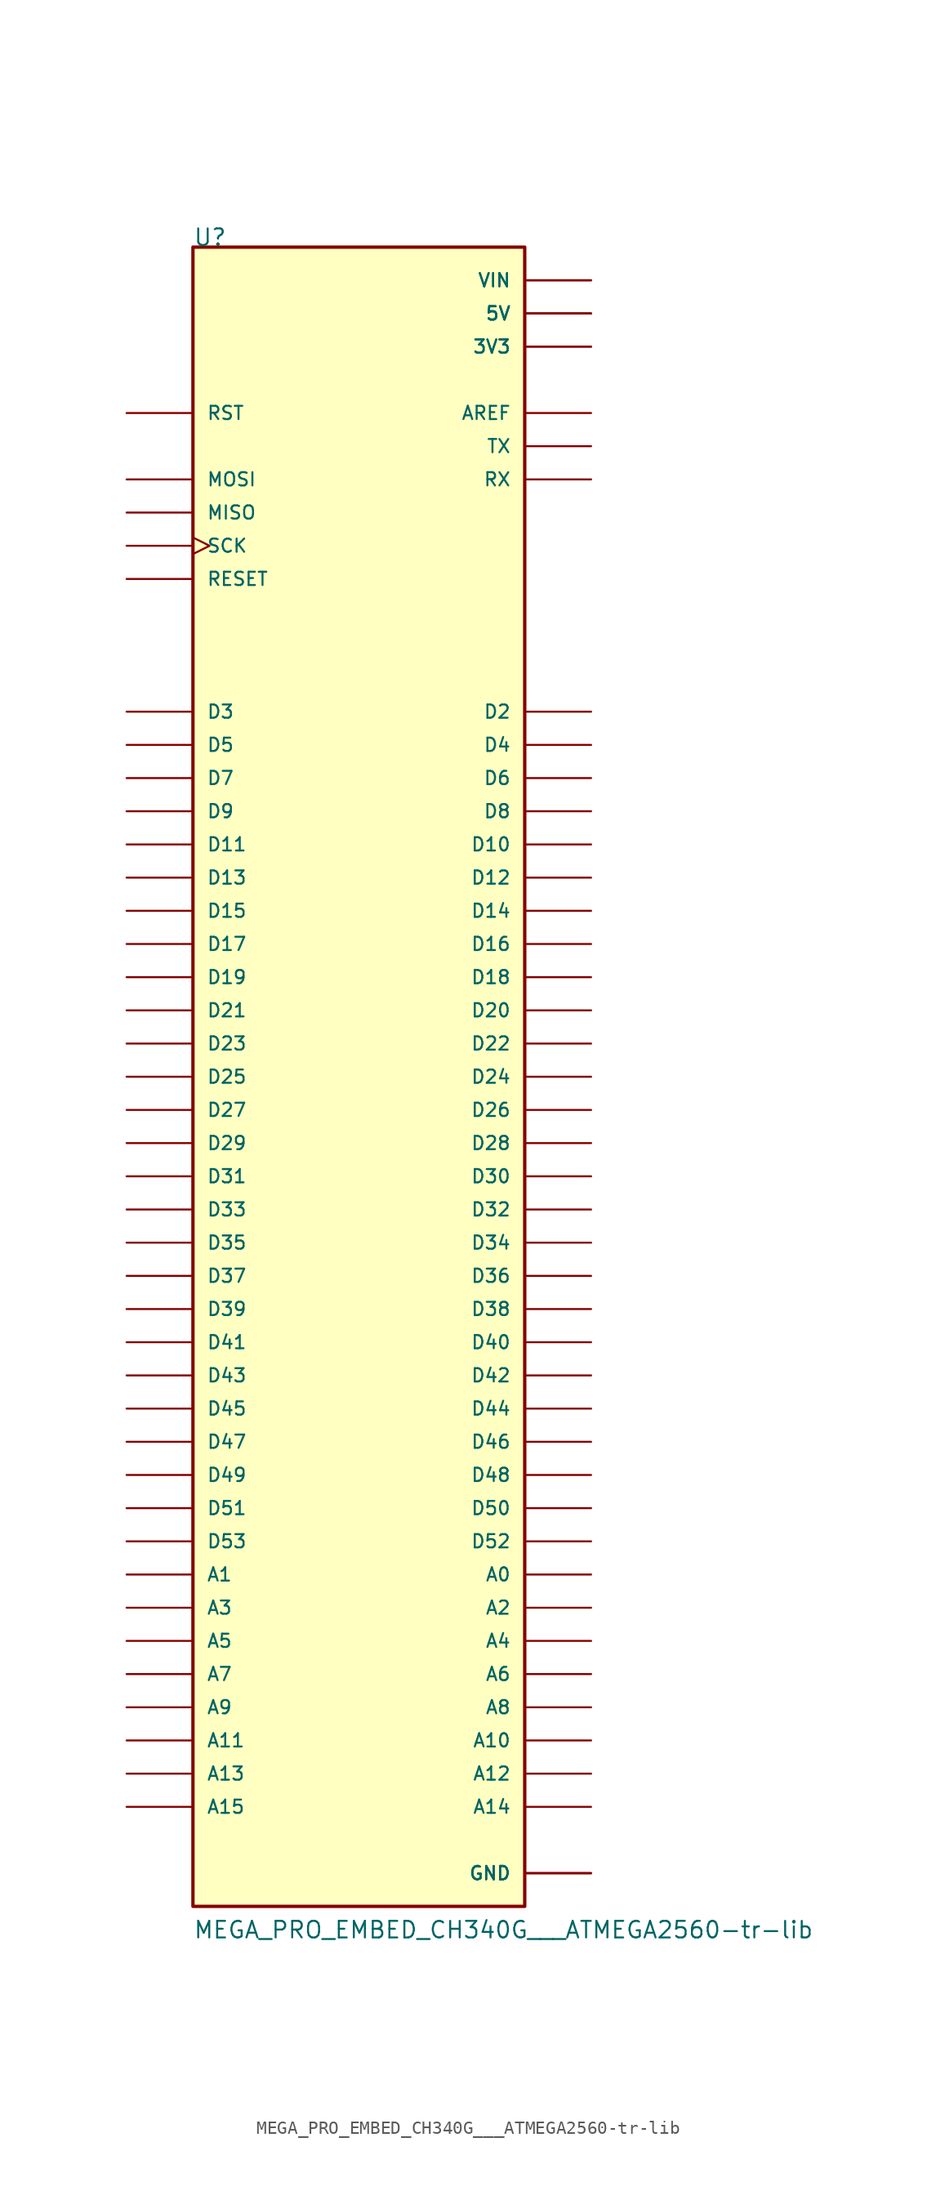
<source format=kicad_sym>
(kicad_symbol_lib
  (version 20211014)
  (generator kicad_symbol_editor)
  (symbol "MEGA_PRO_EMBED_CH340G___ATMEGA2560-tr-lib"
    (pin_numbers hide)
    (pin_names
      (offset 1.016))
    (property "Reference" "U"
      (at -12.7 63.5 0)
      (effects (font (size 1.27 1.27)) (justify left bottom)))
    (property "Value" "MEGA_PRO_EMBED_CH340G___ATMEGA2560-tr-lib"
      (at -12.7 -66.04 0)
      (effects (font (size 1.27 1.27)) (justify left bottom)))
    (property "ki_locked" ""
      (at 0 0 0)
      (effects (font (size 1.27 1.27))))
    (symbol "MEGA_PRO_EMBED_CH340G___ATMEGA2560-tr-lib_0_0"
      (rectangle (start -12.7 -63.5) (end 12.7 63.5) (stroke (width 0.254) (type default) (color 0 0 0 0)) (fill (type background)))
      (pin power_in line (at 17.78 55.88 180) (length 5.08) (name "3V3" (effects (font (size 1.016 1.016)))) (number "3V3_1" (effects (font (size 1.016 1.016)))))
      (pin power_in line (at 17.78 55.88 180) (length 5.08) (name "3V3" (effects (font (size 1.016 1.016)))) (number "3V3_2" (effects (font (size 1.016 1.016)))))
      (pin power_in line (at 17.78 58.42 180) (length 5.08) (name "5V" (effects (font (size 1.016 1.016)))) (number "5V_1" (effects (font (size 1.016 1.016)))))
      (pin power_in line (at 17.78 58.42 180) (length 5.08) (name "5V" (effects (font (size 1.016 1.016)))) (number "5V_2" (effects (font (size 1.016 1.016)))))
      (pin power_in line (at 17.78 58.42 180) (length 5.08) (name "5V" (effects (font (size 1.016 1.016)))) (number "5V_3" (effects (font (size 1.016 1.016)))))
      (pin bidirectional line (at 17.78 -38.1 180) (length 5.08) (name "A0" (effects (font (size 1.016 1.016)))) (number "A0" (effects (font (size 1.016 1.016)))))
      (pin bidirectional line (at -17.78 -38.1 0) (length 5.08) (name "A1" (effects (font (size 1.016 1.016)))) (number "A1" (effects (font (size 1.016 1.016)))))
      (pin bidirectional line (at 17.78 -50.8 180) (length 5.08) (name "A10" (effects (font (size 1.016 1.016)))) (number "A10" (effects (font (size 1.016 1.016)))))
      (pin bidirectional line (at -17.78 -50.8 0) (length 5.08) (name "A11" (effects (font (size 1.016 1.016)))) (number "A11" (effects (font (size 1.016 1.016)))))
      (pin bidirectional line (at 17.78 -53.34 180) (length 5.08) (name "A12" (effects (font (size 1.016 1.016)))) (number "A12" (effects (font (size 1.016 1.016)))))
      (pin bidirectional line (at -17.78 -53.34 0) (length 5.08) (name "A13" (effects (font (size 1.016 1.016)))) (number "A13" (effects (font (size 1.016 1.016)))))
      (pin bidirectional line (at 17.78 -55.88 180) (length 5.08) (name "A14" (effects (font (size 1.016 1.016)))) (number "A14" (effects (font (size 1.016 1.016)))))
      (pin bidirectional line (at -17.78 -55.88 0) (length 5.08) (name "A15" (effects (font (size 1.016 1.016)))) (number "A15" (effects (font (size 1.016 1.016)))))
      (pin bidirectional line (at 17.78 -40.64 180) (length 5.08) (name "A2" (effects (font (size 1.016 1.016)))) (number "A2" (effects (font (size 1.016 1.016)))))
      (pin bidirectional line (at -17.78 -40.64 0) (length 5.08) (name "A3" (effects (font (size 1.016 1.016)))) (number "A3" (effects (font (size 1.016 1.016)))))
      (pin bidirectional line (at 17.78 -43.18 180) (length 5.08) (name "A4" (effects (font (size 1.016 1.016)))) (number "A4" (effects (font (size 1.016 1.016)))))
      (pin bidirectional line (at -17.78 -43.18 0) (length 5.08) (name "A5" (effects (font (size 1.016 1.016)))) (number "A5" (effects (font (size 1.016 1.016)))))
      (pin bidirectional line (at 17.78 -45.72 180) (length 5.08) (name "A6" (effects (font (size 1.016 1.016)))) (number "A6" (effects (font (size 1.016 1.016)))))
      (pin bidirectional line (at -17.78 -45.72 0) (length 5.08) (name "A7" (effects (font (size 1.016 1.016)))) (number "A7" (effects (font (size 1.016 1.016)))))
      (pin bidirectional line (at 17.78 -48.26 180) (length 5.08) (name "A8" (effects (font (size 1.016 1.016)))) (number "A8" (effects (font (size 1.016 1.016)))))
      (pin bidirectional line (at -17.78 -48.26 0) (length 5.08) (name "A9" (effects (font (size 1.016 1.016)))) (number "A9" (effects (font (size 1.016 1.016)))))
      (pin bidirectional line (at 17.78 50.8 180) (length 5.08) (name "AREF" (effects (font (size 1.016 1.016)))) (number "AREF" (effects (font (size 1.016 1.016)))))
      (pin bidirectional line (at 17.78 17.78 180) (length 5.08) (name "D10" (effects (font (size 1.016 1.016)))) (number "D10" (effects (font (size 1.016 1.016)))))
      (pin bidirectional line (at -17.78 17.78 0) (length 5.08) (name "D11" (effects (font (size 1.016 1.016)))) (number "D11" (effects (font (size 1.016 1.016)))))
      (pin bidirectional line (at 17.78 15.24 180) (length 5.08) (name "D12" (effects (font (size 1.016 1.016)))) (number "D12" (effects (font (size 1.016 1.016)))))
      (pin bidirectional line (at -17.78 15.24 0) (length 5.08) (name "D13" (effects (font (size 1.016 1.016)))) (number "D13" (effects (font (size 1.016 1.016)))))
      (pin bidirectional line (at 17.78 12.7 180) (length 5.08) (name "D14" (effects (font (size 1.016 1.016)))) (number "D14" (effects (font (size 1.016 1.016)))))
      (pin bidirectional line (at -17.78 12.7 0) (length 5.08) (name "D15" (effects (font (size 1.016 1.016)))) (number "D15" (effects (font (size 1.016 1.016)))))
      (pin bidirectional line (at 17.78 10.16 180) (length 5.08) (name "D16" (effects (font (size 1.016 1.016)))) (number "D16" (effects (font (size 1.016 1.016)))))
      (pin bidirectional line (at -17.78 10.16 0) (length 5.08) (name "D17" (effects (font (size 1.016 1.016)))) (number "D17" (effects (font (size 1.016 1.016)))))
      (pin bidirectional line (at 17.78 7.62 180) (length 5.08) (name "D18" (effects (font (size 1.016 1.016)))) (number "D18" (effects (font (size 1.016 1.016)))))
      (pin bidirectional line (at -17.78 7.62 0) (length 5.08) (name "D19" (effects (font (size 1.016 1.016)))) (number "D19" (effects (font (size 1.016 1.016)))))
      (pin bidirectional line (at 17.78 27.94 180) (length 5.08) (name "D2" (effects (font (size 1.016 1.016)))) (number "D2" (effects (font (size 1.016 1.016)))))
      (pin bidirectional line (at 17.78 5.08 180) (length 5.08) (name "D20" (effects (font (size 1.016 1.016)))) (number "D20" (effects (font (size 1.016 1.016)))))
      (pin bidirectional line (at -17.78 5.08 0) (length 5.08) (name "D21" (effects (font (size 1.016 1.016)))) (number "D21" (effects (font (size 1.016 1.016)))))
      (pin bidirectional line (at 17.78 2.54 180) (length 5.08) (name "D22" (effects (font (size 1.016 1.016)))) (number "D22" (effects (font (size 1.016 1.016)))))
      (pin bidirectional line (at -17.78 2.54 0) (length 5.08) (name "D23" (effects (font (size 1.016 1.016)))) (number "D23" (effects (font (size 1.016 1.016)))))
      (pin bidirectional line (at 17.78 0 180) (length 5.08) (name "D24" (effects (font (size 1.016 1.016)))) (number "D24" (effects (font (size 1.016 1.016)))))
      (pin bidirectional line (at -17.78 0 0) (length 5.08) (name "D25" (effects (font (size 1.016 1.016)))) (number "D25" (effects (font (size 1.016 1.016)))))
      (pin bidirectional line (at 17.78 -2.54 180) (length 5.08) (name "D26" (effects (font (size 1.016 1.016)))) (number "D26" (effects (font (size 1.016 1.016)))))
      (pin bidirectional line (at -17.78 -2.54 0) (length 5.08) (name "D27" (effects (font (size 1.016 1.016)))) (number "D27" (effects (font (size 1.016 1.016)))))
      (pin bidirectional line (at 17.78 -5.08 180) (length 5.08) (name "D28" (effects (font (size 1.016 1.016)))) (number "D28" (effects (font (size 1.016 1.016)))))
      (pin bidirectional line (at -17.78 -5.08 0) (length 5.08) (name "D29" (effects (font (size 1.016 1.016)))) (number "D29" (effects (font (size 1.016 1.016)))))
      (pin bidirectional line (at -17.78 27.94 0) (length 5.08) (name "D3" (effects (font (size 1.016 1.016)))) (number "D3" (effects (font (size 1.016 1.016)))))
      (pin bidirectional line (at 17.78 -7.62 180) (length 5.08) (name "D30" (effects (font (size 1.016 1.016)))) (number "D30" (effects (font (size 1.016 1.016)))))
      (pin bidirectional line (at -17.78 -7.62 0) (length 5.08) (name "D31" (effects (font (size 1.016 1.016)))) (number "D31" (effects (font (size 1.016 1.016)))))
      (pin bidirectional line (at 17.78 -10.16 180) (length 5.08) (name "D32" (effects (font (size 1.016 1.016)))) (number "D32" (effects (font (size 1.016 1.016)))))
      (pin bidirectional line (at -17.78 -10.16 0) (length 5.08) (name "D33" (effects (font (size 1.016 1.016)))) (number "D33" (effects (font (size 1.016 1.016)))))
      (pin bidirectional line (at 17.78 -12.7 180) (length 5.08) (name "D34" (effects (font (size 1.016 1.016)))) (number "D34" (effects (font (size 1.016 1.016)))))
      (pin bidirectional line (at -17.78 -12.7 0) (length 5.08) (name "D35" (effects (font (size 1.016 1.016)))) (number "D35" (effects (font (size 1.016 1.016)))))
      (pin bidirectional line (at 17.78 -15.24 180) (length 5.08) (name "D36" (effects (font (size 1.016 1.016)))) (number "D36" (effects (font (size 1.016 1.016)))))
      (pin bidirectional line (at -17.78 -15.24 0) (length 5.08) (name "D37" (effects (font (size 1.016 1.016)))) (number "D37" (effects (font (size 1.016 1.016)))))
      (pin bidirectional line (at 17.78 -17.78 180) (length 5.08) (name "D38" (effects (font (size 1.016 1.016)))) (number "D38" (effects (font (size 1.016 1.016)))))
      (pin bidirectional line (at -17.78 -17.78 0) (length 5.08) (name "D39" (effects (font (size 1.016 1.016)))) (number "D39" (effects (font (size 1.016 1.016)))))
      (pin bidirectional line (at 17.78 25.4 180) (length 5.08) (name "D4" (effects (font (size 1.016 1.016)))) (number "D4" (effects (font (size 1.016 1.016)))))
      (pin bidirectional line (at 17.78 -20.32 180) (length 5.08) (name "D40" (effects (font (size 1.016 1.016)))) (number "D40" (effects (font (size 1.016 1.016)))))
      (pin bidirectional line (at -17.78 -20.32 0) (length 5.08) (name "D41" (effects (font (size 1.016 1.016)))) (number "D41" (effects (font (size 1.016 1.016)))))
      (pin bidirectional line (at 17.78 -22.86 180) (length 5.08) (name "D42" (effects (font (size 1.016 1.016)))) (number "D42" (effects (font (size 1.016 1.016)))))
      (pin bidirectional line (at -17.78 -22.86 0) (length 5.08) (name "D43" (effects (font (size 1.016 1.016)))) (number "D43" (effects (font (size 1.016 1.016)))))
      (pin bidirectional line (at 17.78 -25.4 180) (length 5.08) (name "D44" (effects (font (size 1.016 1.016)))) (number "D44" (effects (font (size 1.016 1.016)))))
      (pin bidirectional line (at -17.78 -25.4 0) (length 5.08) (name "D45" (effects (font (size 1.016 1.016)))) (number "D45" (effects (font (size 1.016 1.016)))))
      (pin bidirectional line (at 17.78 -27.94 180) (length 5.08) (name "D46" (effects (font (size 1.016 1.016)))) (number "D46" (effects (font (size 1.016 1.016)))))
      (pin bidirectional line (at -17.78 -27.94 0) (length 5.08) (name "D47" (effects (font (size 1.016 1.016)))) (number "D47" (effects (font (size 1.016 1.016)))))
      (pin bidirectional line (at 17.78 -30.48 180) (length 5.08) (name "D48" (effects (font (size 1.016 1.016)))) (number "D48" (effects (font (size 1.016 1.016)))))
      (pin bidirectional line (at -17.78 -30.48 0) (length 5.08) (name "D49" (effects (font (size 1.016 1.016)))) (number "D49" (effects (font (size 1.016 1.016)))))
      (pin bidirectional line (at -17.78 25.4 0) (length 5.08) (name "D5" (effects (font (size 1.016 1.016)))) (number "D5" (effects (font (size 1.016 1.016)))))
      (pin bidirectional line (at 17.78 -33.02 180) (length 5.08) (name "D50" (effects (font (size 1.016 1.016)))) (number "D50" (effects (font (size 1.016 1.016)))))
      (pin bidirectional line (at -17.78 -33.02 0) (length 5.08) (name "D51" (effects (font (size 1.016 1.016)))) (number "D51" (effects (font (size 1.016 1.016)))))
      (pin bidirectional line (at 17.78 -35.56 180) (length 5.08) (name "D52" (effects (font (size 1.016 1.016)))) (number "D52" (effects (font (size 1.016 1.016)))))
      (pin bidirectional line (at -17.78 -35.56 0) (length 5.08) (name "D53" (effects (font (size 1.016 1.016)))) (number "D53" (effects (font (size 1.016 1.016)))))
      (pin bidirectional line (at 17.78 22.86 180) (length 5.08) (name "D6" (effects (font (size 1.016 1.016)))) (number "D6" (effects (font (size 1.016 1.016)))))
      (pin bidirectional line (at -17.78 22.86 0) (length 5.08) (name "D7" (effects (font (size 1.016 1.016)))) (number "D7" (effects (font (size 1.016 1.016)))))
      (pin bidirectional line (at 17.78 20.32 180) (length 5.08) (name "D8" (effects (font (size 1.016 1.016)))) (number "D8" (effects (font (size 1.016 1.016)))))
      (pin bidirectional line (at -17.78 20.32 0) (length 5.08) (name "D9" (effects (font (size 1.016 1.016)))) (number "D9" (effects (font (size 1.016 1.016)))))
      (pin power_in line (at 17.78 -60.96 180) (length 5.08) (name "GND" (effects (font (size 1.016 1.016)))) (number "GND_1" (effects (font (size 1.016 1.016)))))
      (pin power_in line (at 17.78 -60.96 180) (length 5.08) (name "GND" (effects (font (size 1.016 1.016)))) (number "GND_2" (effects (font (size 1.016 1.016)))))
      (pin power_in line (at 17.78 -60.96 180) (length 5.08) (name "GND" (effects (font (size 1.016 1.016)))) (number "GND_3" (effects (font (size 1.016 1.016)))))
      (pin bidirectional line (at -17.78 43.18 0) (length 5.08) (name "MISO" (effects (font (size 1.016 1.016)))) (number "MISO" (effects (font (size 1.016 1.016)))))
      (pin bidirectional line (at -17.78 45.72 0) (length 5.08) (name "MOSI" (effects (font (size 1.016 1.016)))) (number "MOSI" (effects (font (size 1.016 1.016)))))
      (pin input line (at -17.78 38.1 0) (length 5.08) (name "RESET" (effects (font (size 1.016 1.016)))) (number "RESET" (effects (font (size 1.016 1.016)))))
      (pin input line (at -17.78 50.8 0) (length 5.08) (name "RST" (effects (font (size 1.016 1.016)))) (number "RST" (effects (font (size 1.016 1.016)))))
      (pin input line (at 17.78 45.72 180) (length 5.08) (name "RX" (effects (font (size 1.016 1.016)))) (number "RX" (effects (font (size 1.016 1.016)))))
      (pin bidirectional clock (at -17.78 40.64 0) (length 5.08) (name "SCK" (effects (font (size 1.016 1.016)))) (number "SCK" (effects (font (size 1.016 1.016)))))
      (pin output line (at 17.78 48.26 180) (length 5.08) (name "TX" (effects (font (size 1.016 1.016)))) (number "TX" (effects (font (size 1.016 1.016)))))
      (pin output line (at 17.78 60.96 180) (length 5.08) (name "VIN" (effects (font (size 1.016 1.016)))) (number "VIN_1" (effects (font (size 1.016 1.016)))))
      (pin output line (at 17.78 60.96 180) (length 5.08) (name "VIN" (effects (font (size 1.016 1.016)))) (number "VIN_2" (effects (font (size 1.016 1.016))))))))
</source>
